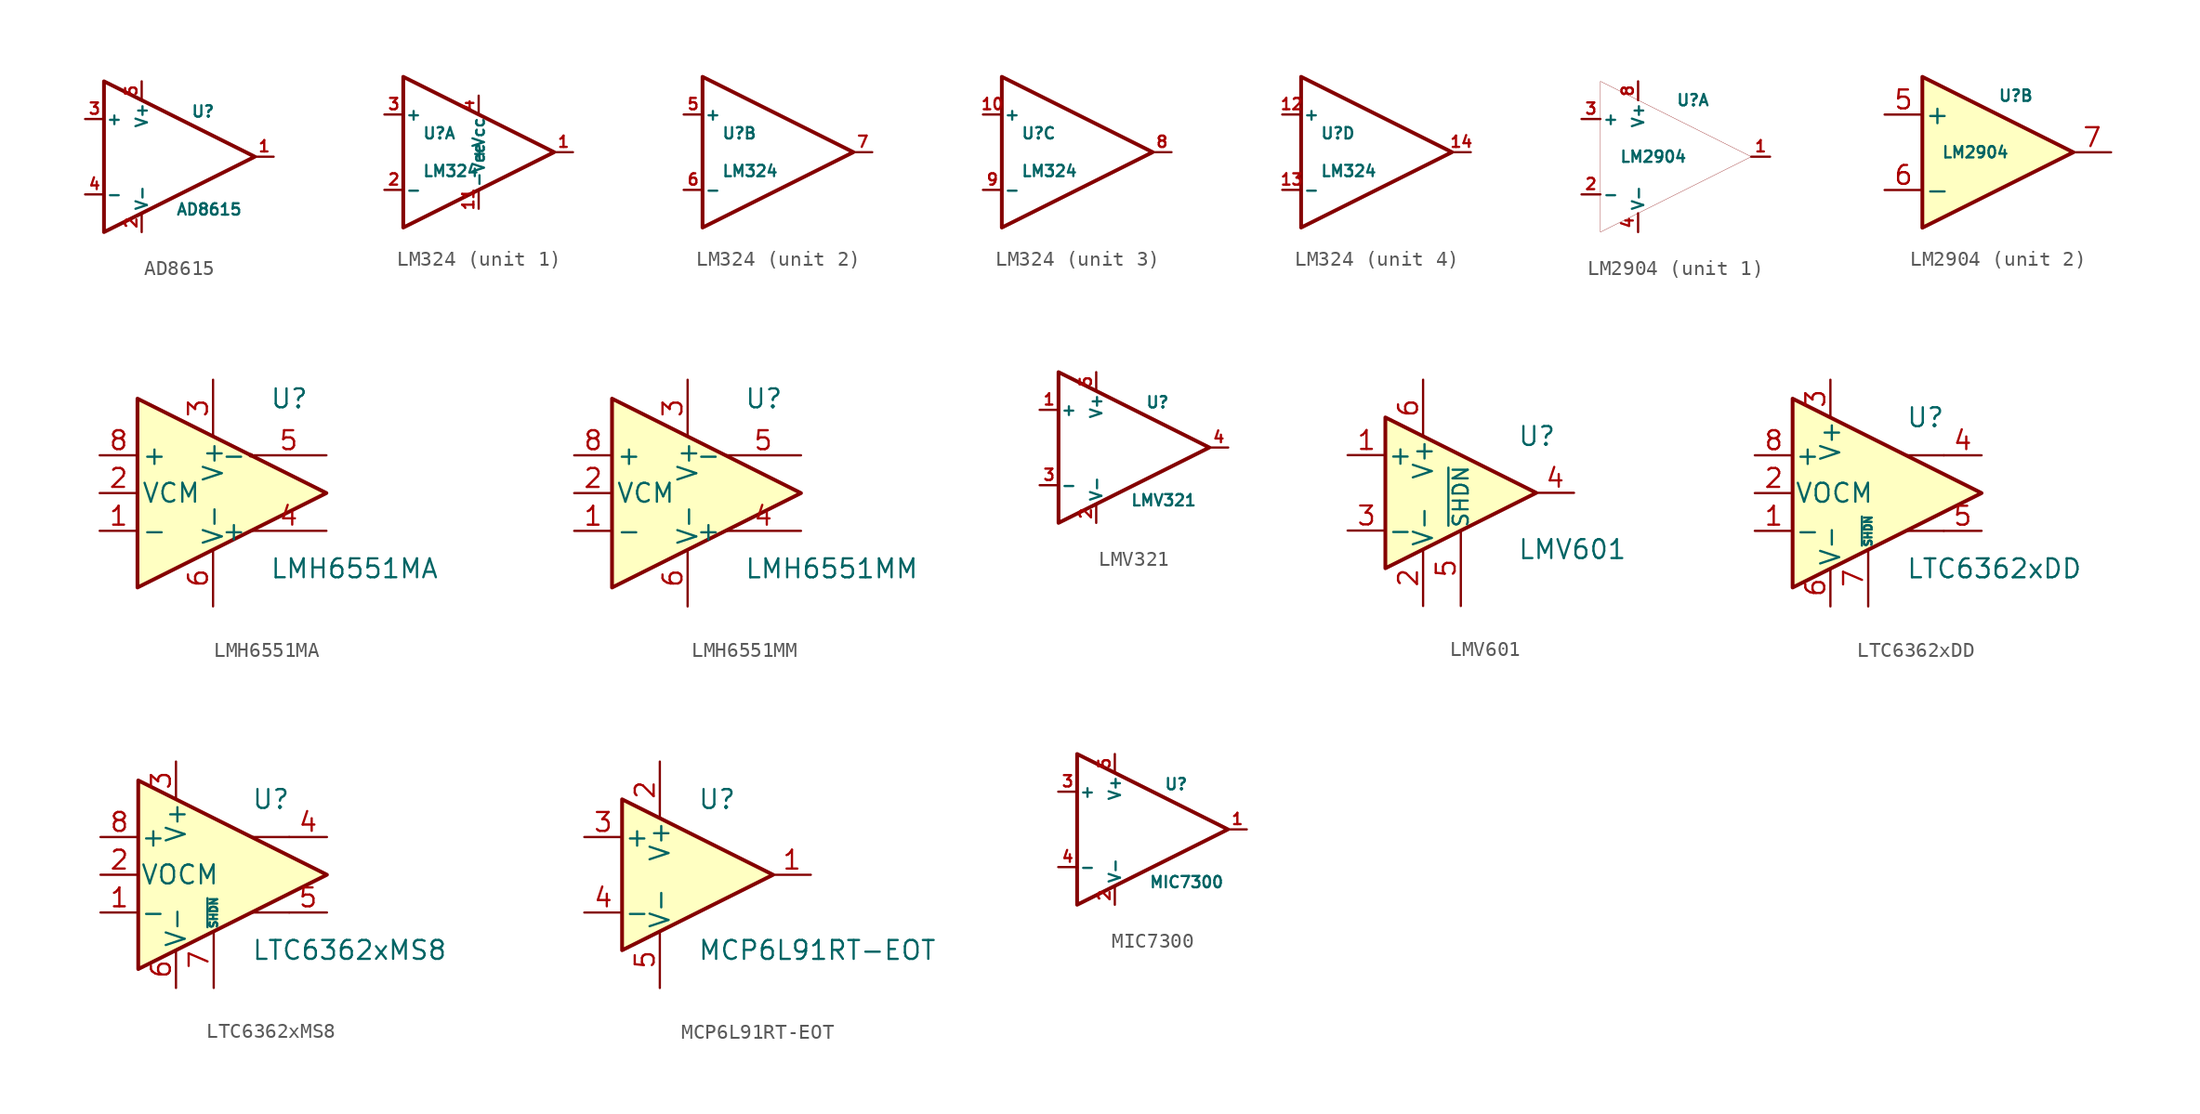
<source format=kicad_sym>
(kicad_symbol_lib
  (version 20200126)
  (host kicad_symbol_editor "(5.99.0-2908-g9a4f92dfd9)")
  (symbol "Bobs_Op_Amps:AD8615"
    (pin_names
      (offset 0.127))
    (property "Reference" "U"
      (at 0.762 3.048 0)
      (effects (font (size 0.762 0.762)) (justify left)))
    (property "Value" "AD8615"
      (at -0.254 -3.556 0)
      (effects (font (size 0.762 0.762)) (justify left)))
    (symbol "AD8615_0_1"
      (polyline (pts (xy -5.08 5.08) (xy 5.08 0) (xy -5.08 -5.08) (xy -5.08 5.08)) (stroke (width 0.254)) (fill (type none)))
      (pin power_in line (at -2.54 -5.08 90) (length 1.27) (name "V-" (effects (font (size 0.762 0.762)))) (number "2" (effects (font (size 0.762 0.762)))))
      (pin power_in line (at -2.54 5.08 270) (length 1.27) (name "V+" (effects (font (size 0.762 0.762)))) (number "5" (effects (font (size 0.762 0.762))))))
    (symbol "AD8615_1_1"
      (pin output line (at 6.35 0 180) (length 1.27) (name "~" (effects (font (size 0.762 0.762)))) (number "1" (effects (font (size 0.762 0.762)))))
      (pin input line (at -6.35 2.54 0) (length 1.27) (name "+" (effects (font (size 0.762 0.762)))) (number "3" (effects (font (size 0.762 0.762)))))
      (pin input line (at -6.35 -2.54 0) (length 1.27) (name "-" (effects (font (size 0.762 0.762)))) (number "4" (effects (font (size 0.762 0.762)))))))
  (symbol "Bobs_Op_Amps:LM324"
    (pin_names
      (offset 0.127))
    (property "Reference" "U"
      (at -3.81 1.27 0)
      (effects (font (size 0.762 0.762)) (justify left)))
    (property "Value" "LM324"
      (at -3.81 -1.27 0)
      (effects (font (size 0.762 0.762)) (justify left)))
    (property "ki_locked" ""
      (at 0 0 0)
      (effects (font (size 1.27 1.27))))
    (symbol "LM324_1_1"
      (polyline (pts (xy -5.08 5.08) (xy 5.08 0) (xy -5.08 -5.08) (xy -5.08 5.08)) (stroke (width 0.254)) (fill (type none)))
      (pin output line (at 6.35 0 180) (length 1.27) (name "~" (effects (font (size 0.762 0.762)))) (number "1" (effects (font (size 0.762 0.762)))))
      (pin power_in line (at 0 -3.81 90) (length 1.27) (name "-Vee" (effects (font (size 0.762 0.762)))) (number "11" (effects (font (size 0.762 0.762)))))
      (pin input line (at -6.35 -2.54 0) (length 1.27) (name "-" (effects (font (size 0.762 0.762)))) (number "2" (effects (font (size 0.762 0.762)))))
      (pin input line (at -6.35 2.54 0) (length 1.27) (name "+" (effects (font (size 0.762 0.762)))) (number "3" (effects (font (size 0.762 0.762)))))
      (pin power_in line (at 0 3.81 270) (length 1.27) (name "+Vcc" (effects (font (size 0.762 0.762)))) (number "4" (effects (font (size 0.762 0.762))))))
    (symbol "LM324_2_1"
      (polyline (pts (xy -5.08 5.08) (xy 5.08 0) (xy -5.08 -5.08) (xy -5.08 5.08)) (stroke (width 0.254)) (fill (type none)))
      (pin input line (at -6.35 2.54 0) (length 1.27) (name "+" (effects (font (size 0.762 0.762)))) (number "5" (effects (font (size 0.762 0.762)))))
      (pin input line (at -6.35 -2.54 0) (length 1.27) (name "-" (effects (font (size 0.762 0.762)))) (number "6" (effects (font (size 0.762 0.762)))))
      (pin output line (at 6.35 0 180) (length 1.27) (name "~" (effects (font (size 0.762 0.762)))) (number "7" (effects (font (size 0.762 0.762))))))
    (symbol "LM324_3_1"
      (polyline (pts (xy -5.08 5.08) (xy 5.08 0) (xy -5.08 -5.08) (xy -5.08 5.08)) (stroke (width 0.254)) (fill (type none)))
      (pin input line (at -6.35 2.54 0) (length 1.27) (name "+" (effects (font (size 0.762 0.762)))) (number "10" (effects (font (size 0.762 0.762)))))
      (pin output line (at 6.35 0 180) (length 1.27) (name "~" (effects (font (size 0.762 0.762)))) (number "8" (effects (font (size 0.762 0.762)))))
      (pin input line (at -6.35 -2.54 0) (length 1.27) (name "-" (effects (font (size 0.762 0.762)))) (number "9" (effects (font (size 0.762 0.762))))))
    (symbol "LM324_4_1"
      (polyline (pts (xy -5.08 5.08) (xy 5.08 0) (xy -5.08 -5.08) (xy -5.08 5.08)) (stroke (width 0.254)) (fill (type none)))
      (pin input line (at -6.35 2.54 0) (length 1.27) (name "+" (effects (font (size 0.762 0.762)))) (number "12" (effects (font (size 0.762 0.762)))))
      (pin input line (at -6.35 -2.54 0) (length 1.27) (name "-" (effects (font (size 0.762 0.762)))) (number "13" (effects (font (size 0.762 0.762)))))
      (pin output line (at 6.35 0 180) (length 1.27) (name "~" (effects (font (size 0.762 0.762)))) (number "14" (effects (font (size 0.762 0.762)))))))
  (symbol "Bobs_Op_Amps:LM2904"
    (pin_names
      (offset 0.127))
    (property "Reference" "U"
      (at 0 3.81 0)
      (effects (font (size 0.762 0.762)) (justify left)))
    (property "Value" "LM2904"
      (at -3.81 0 0)
      (effects (font (size 0.762 0.762)) (justify left)))
    (property "ki_locked" ""
      (at 0 0 0)
      (effects (font (size 1.27 1.27))))
    (symbol "LM2904_2_1"
      (polyline (pts (xy -5.08 5.08) (xy 5.08 0) (xy -5.08 -5.08) (xy -5.08 5.08)) (stroke (width 0.254)) (fill (type background)))
      (pin input line (at -7.62 2.54 0) (length 2.54) (name "+" (effects (font (size 1.27 1.27)))) (number "5" (effects (font (size 1.27 1.27)))))
      (pin input line (at -7.62 -2.54 0) (length 2.54) (name "-" (effects (font (size 1.27 1.27)))) (number "6" (effects (font (size 1.27 1.27)))))
      (pin output line (at 7.62 0 180) (length 2.54) (name "~" (effects (font (size 1.27 1.27)))) (number "7" (effects (font (size 1.27 1.27))))))
    (symbol "LM2904_1_1"
      (polyline (pts (xy 5.08 0) (xy -5.08 5.08) (xy -5.08 -5.08) (xy 5.08 0)) (stroke (width 0.0003)) (fill (type none)))
      (pin output line (at 6.35 0 180) (length 1.27) (name "~" (effects (font (size 0.762 0.762)))) (number "1" (effects (font (size 0.762 0.762)))))
      (pin input line (at -6.35 -2.54 0) (length 1.27) (name "-" (effects (font (size 0.762 0.762)))) (number "2" (effects (font (size 0.762 0.762)))))
      (pin input line (at -6.35 2.54 0) (length 1.27) (name "+" (effects (font (size 0.762 0.762)))) (number "3" (effects (font (size 0.762 0.762)))))
      (pin power_in line (at -2.54 -5.08 90) (length 1.27) (name "V-" (effects (font (size 0.762 0.762)))) (number "4" (effects (font (size 0.762 0.762)))))
      (pin power_in line (at -2.54 5.08 270) (length 1.27) (name "V+" (effects (font (size 0.762 0.762)))) (number "8" (effects (font (size 0.762 0.762)))))))
  (symbol "Bobs_Op_Amps:LMH6551MA"
    (pin_names
      (offset 0.254))
    (property "Reference" "U"
      (at 3.81 6.35 0)
      (effects (font (size 1.27 1.27)) (justify left)))
    (property "Value" "LMH6551MA"
      (at 3.81 -5.08 0)
      (effects (font (size 1.27 1.27)) (justify left)))
    (symbol "LMH6551MA_0_1"
      (circle (center 2.54 2.54) (radius 0) (stroke (width 0)) (fill (type none)))
      (polyline (pts (xy 7.62 0) (xy -5.08 6.35) (xy -5.08 -6.35) (xy 7.62 0)) (stroke (width 0.254)) (fill (type background))))
    (symbol "LMH6551MA_1_1"
      (pin input line (at -7.62 -2.54 0) (length 2.54) (name "-" (effects (font (size 1.27 1.27)))) (number "1" (effects (font (size 1.27 1.27)))))
      (pin input line (at -7.62 0 0) (length 2.54) (name "VCM" (effects (font (size 1.27 1.27)))) (number "2" (effects (font (size 1.27 1.27)))))
      (pin power_in line (at 0 7.62 270) (length 3.81) (name "V+" (effects (font (size 1.27 1.27)))) (number "3" (effects (font (size 1.27 1.27)))))
      (pin output line (at 7.62 -2.54 180) (length 5.08) (name "+" (effects (font (size 1.27 1.27)))) (number "4" (effects (font (size 1.27 1.27)))))
      (pin output line (at 7.62 2.54 180) (length 5.08) (name "-" (effects (font (size 1.27 1.27)))) (number "5" (effects (font (size 1.27 1.27)))))
      (pin power_in line (at 0 -7.62 90) (length 3.81) (name "V-" (effects (font (size 1.27 1.27)))) (number "6" (effects (font (size 1.27 1.27)))))
      (pin unconnected line (at 5.08 0 180) (length 2.54) hide (name "NC" (effects (font (size 1.27 1.27)))) (number "7" (effects (font (size 1.27 1.27)))))
      (pin input line (at -7.62 2.54 0) (length 2.54) (name "+" (effects (font (size 1.27 1.27)))) (number "8" (effects (font (size 1.27 1.27)))))))
  (symbol "Bobs_Op_Amps:LMH6551MM"
    (pin_names
      (offset 0.254))
    (property "Reference" "U"
      (at 3.81 6.35 0)
      (effects (font (size 1.27 1.27)) (justify left)))
    (property "Value" "LMH6551MM"
      (at 3.81 -5.08 0)
      (effects (font (size 1.27 1.27)) (justify left)))
    (symbol "LMH6551MM_0_1"
      (polyline (pts (xy 7.62 0) (xy -5.08 6.35) (xy -5.08 -6.35) (xy 7.62 0)) (stroke (width 0.254)) (fill (type background))))
    (symbol "LMH6551MM_1_1"
      (pin input line (at -7.62 -2.54 0) (length 2.54) (name "-" (effects (font (size 1.27 1.27)))) (number "1" (effects (font (size 1.27 1.27)))))
      (pin input line (at -7.62 0 0) (length 2.54) (name "VCM" (effects (font (size 1.27 1.27)))) (number "2" (effects (font (size 1.27 1.27)))))
      (pin power_in line (at 0 7.62 270) (length 3.81) (name "V+" (effects (font (size 1.27 1.27)))) (number "3" (effects (font (size 1.27 1.27)))))
      (pin output line (at 7.62 -2.54 180) (length 5.08) (name "+" (effects (font (size 1.27 1.27)))) (number "4" (effects (font (size 1.27 1.27)))))
      (pin output line (at 7.62 2.54 180) (length 5.08) (name "-" (effects (font (size 1.27 1.27)))) (number "5" (effects (font (size 1.27 1.27)))))
      (pin power_in line (at 0 -7.62 90) (length 3.81) (name "V-" (effects (font (size 1.27 1.27)))) (number "6" (effects (font (size 1.27 1.27)))))
      (pin unconnected line (at 5.08 0 180) (length 2.54) hide (name "NC" (effects (font (size 1.27 1.27)))) (number "7" (effects (font (size 1.27 1.27)))))
      (pin input line (at -7.62 2.54 0) (length 2.54) (name "+" (effects (font (size 1.27 1.27)))) (number "8" (effects (font (size 1.27 1.27)))))))
  (symbol "Bobs_Op_Amps:LMV321"
    (pin_names
      (offset 0.127))
    (property "Reference" "U"
      (at 0.762 3.048 0)
      (effects (font (size 0.762 0.762)) (justify left)))
    (property "Value" "LMV321"
      (at -0.254 -3.556 0)
      (effects (font (size 0.762 0.762)) (justify left)))
    (symbol "LMV321_0_1"
      (polyline (pts (xy -5.08 5.08) (xy 5.08 0) (xy -5.08 -5.08) (xy -5.08 5.08)) (stroke (width 0.254)) (fill (type none)))
      (pin power_in line (at -2.54 -5.08 90) (length 1.27) (name "V-" (effects (font (size 0.762 0.762)))) (number "2" (effects (font (size 0.762 0.762)))))
      (pin power_in line (at -2.54 5.08 270) (length 1.27) (name "V+" (effects (font (size 0.762 0.762)))) (number "5" (effects (font (size 0.762 0.762))))))
    (symbol "LMV321_1_1"
      (pin input line (at -6.35 2.54 0) (length 1.27) (name "+" (effects (font (size 0.762 0.762)))) (number "1" (effects (font (size 0.762 0.762)))))
      (pin input line (at -6.35 -2.54 0) (length 1.27) (name "-" (effects (font (size 0.762 0.762)))) (number "3" (effects (font (size 0.762 0.762)))))
      (pin output line (at 6.35 0 180) (length 1.27) (name "~" (effects (font (size 0.762 0.762)))) (number "4" (effects (font (size 0.762 0.762)))))))
  (symbol "Bobs_Op_Amps:LMV601"
    (pin_names
      (offset 0.127))
    (property "Reference" "U"
      (at 3.81 3.81 0)
      (effects (font (size 1.27 1.27)) (justify left)))
    (property "Value" "LMV601"
      (at 3.81 -3.81 0)
      (effects (font (size 1.27 1.27)) (justify left)))
    (symbol "LMV601_0_1"
      (polyline (pts (xy -5.08 5.08) (xy 5.08 0) (xy -5.08 -5.08) (xy -5.08 5.08)) (stroke (width 0.254)) (fill (type background))))
    (symbol "LMV601_1_1"
      (pin input line (at -7.62 2.54 0) (length 2.54) (name "+" (effects (font (size 1.27 1.27)))) (number "1" (effects (font (size 1.27 1.27)))))
      (pin power_in line (at -2.54 -7.62 90) (length 3.81) (name "V-" (effects (font (size 1.27 1.27)))) (number "2" (effects (font (size 1.27 1.27)))))
      (pin input line (at -7.62 -2.54 0) (length 2.54) (name "-" (effects (font (size 1.27 1.27)))) (number "3" (effects (font (size 1.27 1.27)))))
      (pin output line (at 7.62 0 180) (length 2.54) (name "~" (effects (font (size 1.27 1.27)))) (number "4" (effects (font (size 1.27 1.27)))))
      (pin input line (at 0 -7.62 90) (length 5.08) (name "~SHDN" (effects (font (size 1.016 1.016)))) (number "5" (effects (font (size 1.27 1.27)))))
      (pin power_in line (at -2.54 7.62 270) (length 3.81) (name "V+" (effects (font (size 1.27 1.27)))) (number "6" (effects (font (size 1.27 1.27)))))))
  (symbol "Bobs_Op_Amps:LTC6362xDD"
    (pin_names
      (offset 0.127))
    (property "Reference" "U"
      (at 2.54 5.08 0)
      (effects (font (size 1.27 1.27)) (justify left)))
    (property "Value" "LTC6362xDD"
      (at 2.54 -5.08 0)
      (effects (font (size 1.27 1.27)) (justify left)))
    (symbol "LTC6362xDD_0_1"
      (polyline (pts (xy 5.08 -2.54) (xy 2.54 -2.54)) (stroke (width 0)) (fill (type none)))
      (polyline (pts (xy 5.08 2.54) (xy 2.54 2.54)) (stroke (width 0)) (fill (type none)))
      (polyline (pts (xy -5.08 6.35) (xy -5.08 -6.35) (xy 7.62 0) (xy -5.08 6.35)) (stroke (width 0.254)) (fill (type background))))
    (symbol "LTC6362xDD_1_1"
      (pin input line (at -7.62 -2.54 0) (length 2.54) (name "-" (effects (font (size 1.27 1.27)))) (number "1" (effects (font (size 1.27 1.27)))))
      (pin input line (at -7.62 0 0) (length 2.54) (name "VOCM" (effects (font (size 1.27 1.27)))) (number "2" (effects (font (size 1.27 1.27)))))
      (pin power_in line (at -2.54 7.62 270) (length 2.54) (name "V+" (effects (font (size 1.27 1.27)))) (number "3" (effects (font (size 1.27 1.27)))))
      (pin power_in line (at 7.62 2.54 180) (length 2.54) (name "~" (effects (font (size 1.27 1.27)))) (number "4" (effects (font (size 1.27 1.27)))))
      (pin power_in line (at 7.62 -2.54 180) (length 2.54) (name "~" (effects (font (size 1.27 1.27)))) (number "5" (effects (font (size 1.27 1.27)))))
      (pin power_in line (at -2.54 -7.62 90) (length 2.54) (name "V-" (effects (font (size 1.27 1.27)))) (number "6" (effects (font (size 1.27 1.27)))))
      (pin input line (at 0 -7.62 90) (length 3.81) (name "~SHDN" (effects (font (size 0.508 0.508)))) (number "7" (effects (font (size 1.27 1.27)))))
      (pin input line (at -7.62 2.54 0) (length 2.54) (name "+" (effects (font (size 1.27 1.27)))) (number "8" (effects (font (size 1.27 1.27)))))
      (pin passive line (at -2.54 -7.62 90) (length 2.54) hide (name "V-" (effects (font (size 1.27 1.27)))) (number "9" (effects (font (size 1.27 1.27)))))))
  (symbol "Bobs_Op_Amps:LTC6362xMS8"
    (pin_names
      (offset 0.127))
    (property "Reference" "U"
      (at 2.54 5.08 0)
      (effects (font (size 1.27 1.27)) (justify left)))
    (property "Value" "LTC6362xMS8"
      (at 2.54 -5.08 0)
      (effects (font (size 1.27 1.27)) (justify left)))
    (symbol "LTC6362xMS8_0_1"
      (polyline (pts (xy 5.08 -2.54) (xy 2.54 -2.54)) (stroke (width 0)) (fill (type none)))
      (polyline (pts (xy 5.08 2.54) (xy 2.54 2.54)) (stroke (width 0)) (fill (type none)))
      (polyline (pts (xy -5.08 6.35) (xy -5.08 -6.35) (xy 7.62 0) (xy -5.08 6.35)) (stroke (width 0.254)) (fill (type background))))
    (symbol "LTC6362xMS8_1_1"
      (pin input line (at -7.62 -2.54 0) (length 2.54) (name "-" (effects (font (size 1.27 1.27)))) (number "1" (effects (font (size 1.27 1.27)))))
      (pin input line (at -7.62 0 0) (length 2.54) (name "VOCM" (effects (font (size 1.27 1.27)))) (number "2" (effects (font (size 1.27 1.27)))))
      (pin power_in line (at -2.54 7.62 270) (length 2.54) (name "V+" (effects (font (size 1.27 1.27)))) (number "3" (effects (font (size 1.27 1.27)))))
      (pin power_in line (at 7.62 2.54 180) (length 2.54) (name "~" (effects (font (size 1.27 1.27)))) (number "4" (effects (font (size 1.27 1.27)))))
      (pin power_in line (at 7.62 -2.54 180) (length 2.54) (name "~" (effects (font (size 1.27 1.27)))) (number "5" (effects (font (size 1.27 1.27)))))
      (pin power_in line (at -2.54 -7.62 90) (length 2.54) (name "V-" (effects (font (size 1.27 1.27)))) (number "6" (effects (font (size 1.27 1.27)))))
      (pin input line (at 0 -7.62 90) (length 3.81) (name "~SHDN" (effects (font (size 0.508 0.508)))) (number "7" (effects (font (size 1.27 1.27)))))
      (pin input line (at -7.62 2.54 0) (length 2.54) (name "+" (effects (font (size 1.27 1.27)))) (number "8" (effects (font (size 1.27 1.27)))))))
  (symbol "Bobs_Op_Amps:MCP6L91RT-EOT"
    (pin_names
      (offset 0.127))
    (property "Reference" "U"
      (at 0 5.08 0)
      (effects (font (size 1.27 1.27)) (justify left)))
    (property "Value" "MCP6L91RT-EOT"
      (at 0 -5.08 0)
      (effects (font (size 1.27 1.27)) (justify left)))
    (symbol "MCP6L91RT-EOT_0_1"
      (polyline (pts (xy -5.08 5.08) (xy 5.08 0) (xy -5.08 -5.08) (xy -5.08 5.08)) (stroke (width 0.254)) (fill (type background)))
      (pin power_in line (at -2.54 7.62 270) (length 3.81) (name "V+" (effects (font (size 1.27 1.27)))) (number "2" (effects (font (size 1.27 1.27)))))
      (pin power_in line (at -2.54 -7.62 90) (length 3.81) (name "V-" (effects (font (size 1.27 1.27)))) (number "5" (effects (font (size 1.27 1.27))))))
    (symbol "MCP6L91RT-EOT_1_1"
      (pin output line (at 7.62 0 180) (length 2.54) (name "~" (effects (font (size 1.27 1.27)))) (number "1" (effects (font (size 1.27 1.27)))))
      (pin input line (at -7.62 2.54 0) (length 2.54) (name "+" (effects (font (size 1.27 1.27)))) (number "3" (effects (font (size 1.27 1.27)))))
      (pin input line (at -7.62 -2.54 0) (length 2.54) (name "-" (effects (font (size 1.27 1.27)))) (number "4" (effects (font (size 1.27 1.27)))))))
  (symbol "Bobs_Op_Amps:MIC7300"
    (pin_names
      (offset 0.127))
    (property "Reference" "U"
      (at 0.762 3.048 0)
      (effects (font (size 0.762 0.762)) (justify left)))
    (property "Value" "MIC7300"
      (at -0.254 -3.556 0)
      (effects (font (size 0.762 0.762)) (justify left)))
    (symbol "MIC7300_0_1"
      (polyline (pts (xy -5.08 5.08) (xy 5.08 0) (xy -5.08 -5.08) (xy -5.08 5.08)) (stroke (width 0.254)) (fill (type none)))
      (pin power_in line (at -2.54 -5.08 90) (length 1.27) (name "V-" (effects (font (size 0.762 0.762)))) (number "2" (effects (font (size 0.762 0.762)))))
      (pin power_in line (at -2.54 5.08 270) (length 1.27) (name "V+" (effects (font (size 0.762 0.762)))) (number "5" (effects (font (size 0.762 0.762))))))
    (symbol "MIC7300_1_1"
      (pin output line (at 6.35 0 180) (length 1.27) (name "~" (effects (font (size 0.762 0.762)))) (number "1" (effects (font (size 0.762 0.762)))))
      (pin input line (at -6.35 2.54 0) (length 1.27) (name "+" (effects (font (size 0.762 0.762)))) (number "3" (effects (font (size 0.762 0.762)))))
      (pin input line (at -6.35 -2.54 0) (length 1.27) (name "-" (effects (font (size 0.762 0.762)))) (number "4" (effects (font (size 0.762 0.762))))))))
</source>
